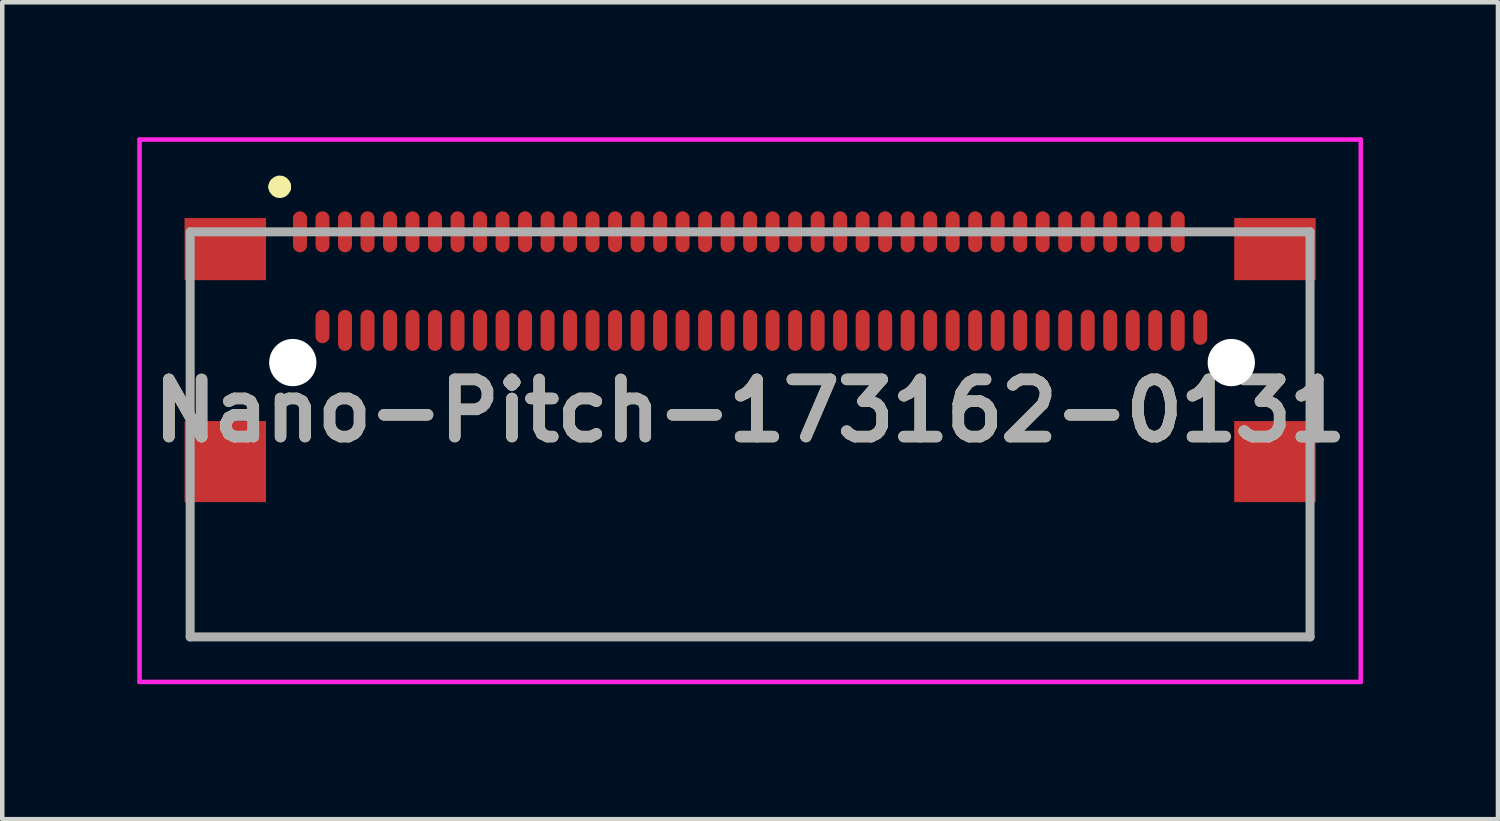
<source format=kicad_pcb>
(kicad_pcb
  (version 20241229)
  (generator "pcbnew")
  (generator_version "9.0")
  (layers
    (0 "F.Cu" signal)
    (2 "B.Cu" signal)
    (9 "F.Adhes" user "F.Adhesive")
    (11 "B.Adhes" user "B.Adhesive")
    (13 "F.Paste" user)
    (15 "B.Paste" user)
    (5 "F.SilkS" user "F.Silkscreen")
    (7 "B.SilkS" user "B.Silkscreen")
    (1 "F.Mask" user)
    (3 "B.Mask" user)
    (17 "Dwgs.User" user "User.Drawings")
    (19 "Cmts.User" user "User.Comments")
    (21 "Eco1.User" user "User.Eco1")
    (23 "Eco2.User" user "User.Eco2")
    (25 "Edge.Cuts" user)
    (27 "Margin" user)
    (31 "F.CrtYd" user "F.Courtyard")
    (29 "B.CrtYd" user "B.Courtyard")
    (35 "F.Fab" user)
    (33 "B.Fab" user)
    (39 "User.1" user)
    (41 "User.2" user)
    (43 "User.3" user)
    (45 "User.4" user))
  (footprint "Nano-Pitch-173162-0131"
    (layer "F.Cu")
    (at 13.615 3.195)
    (property "Reference" "Nano-Pitch-173162-0131" (at 0 2.88 0) (layer "F.SilkS") (effects (font (size 1.27 1.27) (thickness 0.254))))
    (attr smd)
    (fp_line (start -12.44 0.405) (end -12.44 2.905) (stroke (width 0.1) (type solid)) (layer "F.SilkS"))
    (fp_line (start -12.44 4.905) (end -12.44 7.905) (stroke (width 0.1) (type solid)) (layer "F.SilkS"))
    (fp_line (start -12.44 7.905) (end 12.44 7.905) (stroke (width 0.1) (type solid)) (layer "F.SilkS"))
    (fp_line (start -10.5 -2.095) (end -10.5 -2.095) (stroke (width 0.4) (type solid)) (layer "F.SilkS"))
    (fp_line (start -10.4 -2.095) (end -10.4 -2.095) (stroke (width 0.4) (type solid)) (layer "F.SilkS"))
    (fp_line (start 10 -1.095) (end 10.5 -1.095) (stroke (width 0.1) (type solid)) (layer "F.SilkS"))
    (fp_line (start 12.44 0.405) (end 12.44 2.905) (stroke (width 0.1) (type solid)) (layer "F.SilkS"))
    (fp_line (start 12.44 7.905) (end 12.44 4.905) (stroke (width 0.1) (type solid)) (layer "F.SilkS"))
    (fp_arc (start -10.5 -2.095) (mid -10.45 -2.145) (end -10.4 -2.095) (stroke (width 0.4) (type solid)) (layer "F.SilkS"))
    (fp_arc (start -10.4 -2.095) (mid -10.45 -2.045) (end -10.5 -2.095) (stroke (width 0.4) (type solid)) (layer "F.SilkS"))
    (fp_line (start -13.565 -3.145) (end 13.565 -3.145) (stroke (width 0.1) (type solid)) (layer "F.CrtYd"))
    (fp_line (start -13.565 8.905) (end -13.565 -3.145) (stroke (width 0.1) (type solid)) (layer "F.CrtYd"))
    (fp_line (start 13.565 -3.145) (end 13.565 8.905) (stroke (width 0.1) (type solid)) (layer "F.CrtYd"))
    (fp_line (start 13.565 8.905) (end -13.565 8.905) (stroke (width 0.1) (type solid)) (layer "F.CrtYd"))
    (fp_line (start -12.44 -1.095) (end 12.44 -1.095) (stroke (width 0.2) (type solid)) (layer "F.Fab"))
    (fp_line (start -12.44 7.905) (end -12.44 -1.095) (stroke (width 0.2) (type solid)) (layer "F.Fab"))
    (fp_line (start 12.44 -1.095) (end 12.44 7.905) (stroke (width 0.2) (type solid)) (layer "F.Fab"))
    (fp_line (start 12.44 7.905) (end -12.44 7.905) (stroke (width 0.2) (type solid)) (layer "F.Fab"))
    (fp_text user "${REFERENCE}" (at 0 2.88 0) (layer "F.Fab") (effects (font (size 1.27 1.27) (thickness 0.254))))
    (pad "" np_thru_hole circle (at -10.16 1.81) (size 1.05 1.05) (drill 1.05) (layers "*.Cu" "*.Mask"))
    (pad "" np_thru_hole circle (at 10.69 1.81) (size 1.05 1.05) (drill 1.05) (layers "*.Cu" "*.Mask"))
    (pad "A1" smd oval (at -9.5 1.01) (size 0.31 0.74) (layers "F.Cu" "F.Mask" "F.Paste"))
    (pad "A2" smd oval (at -9 1.095) (size 0.31 0.91) (layers "F.Cu" "F.Mask" "F.Paste"))
    (pad "A3" smd oval (at -8.5 1.095) (size 0.31 0.91) (layers "F.Cu" "F.Mask" "F.Paste"))
    (pad "A4" smd oval (at -8 1.095) (size 0.31 0.91) (layers "F.Cu" "F.Mask" "F.Paste"))
    (pad "A5" smd oval (at -7.5 1.095) (size 0.31 0.91) (layers "F.Cu" "F.Mask" "F.Paste"))
    (pad "A6" smd oval (at -7 1.095) (size 0.31 0.91) (layers "F.Cu" "F.Mask" "F.Paste"))
    (pad "A7" smd oval (at -6.5 1.095) (size 0.31 0.91) (layers "F.Cu" "F.Mask" "F.Paste"))
    (pad "A8" smd oval (at -6 1.095) (size 0.31 0.91) (layers "F.Cu" "F.Mask" "F.Paste"))
    (pad "A9" smd oval (at -5.5 1.095) (size 0.31 0.91) (layers "F.Cu" "F.Mask" "F.Paste"))
    (pad "A10" smd oval (at -5 1.095) (size 0.31 0.91) (layers "F.Cu" "F.Mask" "F.Paste"))
    (pad "A11" smd oval (at -4.5 1.095) (size 0.31 0.91) (layers "F.Cu" "F.Mask" "F.Paste"))
    (pad "A12" smd oval (at -4 1.095) (size 0.31 0.91) (layers "F.Cu" "F.Mask" "F.Paste"))
    (pad "A13" smd oval (at -3.5 1.095) (size 0.31 0.91) (layers "F.Cu" "F.Mask" "F.Paste"))
    (pad "A14" smd oval (at -3 1.095) (size 0.31 0.91) (layers "F.Cu" "F.Mask" "F.Paste"))
    (pad "A15" smd oval (at -2.5 1.095) (size 0.31 0.91) (layers "F.Cu" "F.Mask" "F.Paste"))
    (pad "A16" smd oval (at -2 1.095) (size 0.31 0.91) (layers "F.Cu" "F.Mask" "F.Paste"))
    (pad "A17" smd oval (at -1.5 1.095) (size 0.31 0.91) (layers "F.Cu" "F.Mask" "F.Paste"))
    (pad "A18" smd oval (at -1 1.095) (size 0.31 0.91) (layers "F.Cu" "F.Mask" "F.Paste"))
    (pad "A19" smd oval (at -0.5 1.095) (size 0.31 0.91) (layers "F.Cu" "F.Mask" "F.Paste"))
    (pad "A20" smd oval (at 0 1.095) (size 0.31 0.91) (layers "F.Cu" "F.Mask" "F.Paste"))
    (pad "A21" smd oval (at 0.5 1.095) (size 0.31 0.91) (layers "F.Cu" "F.Mask" "F.Paste"))
    (pad "A22" smd oval (at 1 1.095) (size 0.31 0.91) (layers "F.Cu" "F.Mask" "F.Paste"))
    (pad "A23" smd oval (at 1.5 1.095) (size 0.31 0.91) (layers "F.Cu" "F.Mask" "F.Paste"))
    (pad "A24" smd oval (at 2 1.095) (size 0.31 0.91) (layers "F.Cu" "F.Mask" "F.Paste"))
    (pad "A25" smd oval (at 2.5 1.095) (size 0.31 0.91) (layers "F.Cu" "F.Mask" "F.Paste"))
    (pad "A26" smd oval (at 3 1.095) (size 0.31 0.91) (layers "F.Cu" "F.Mask" "F.Paste"))
    (pad "A27" smd oval (at 3.5 1.095) (size 0.31 0.91) (layers "F.Cu" "F.Mask" "F.Paste"))
    (pad "A28" smd oval (at 4 1.095) (size 0.31 0.91) (layers "F.Cu" "F.Mask" "F.Paste"))
    (pad "A29" smd oval (at 4.5 1.095) (size 0.31 0.91) (layers "F.Cu" "F.Mask" "F.Paste"))
    (pad "A30" smd oval (at 5 1.095) (size 0.31 0.91) (layers "F.Cu" "F.Mask" "F.Paste"))
    (pad "A31" smd oval (at 5.5 1.095) (size 0.31 0.91) (layers "F.Cu" "F.Mask" "F.Paste"))
    (pad "A32" smd oval (at 6 1.095) (size 0.31 0.91) (layers "F.Cu" "F.Mask" "F.Paste"))
    (pad "A33" smd oval (at 6.5 1.095) (size 0.31 0.91) (layers "F.Cu" "F.Mask" "F.Paste"))
    (pad "A34" smd oval (at 7 1.095) (size 0.31 0.91) (layers "F.Cu" "F.Mask" "F.Paste"))
    (pad "A35" smd oval (at 7.5 1.095) (size 0.31 0.91) (layers "F.Cu" "F.Mask" "F.Paste"))
    (pad "A36" smd oval (at 8 1.095) (size 0.31 0.91) (layers "F.Cu" "F.Mask" "F.Paste"))
    (pad "A37" smd oval (at 8.5 1.095) (size 0.31 0.91) (layers "F.Cu" "F.Mask" "F.Paste"))
    (pad "A38" smd oval (at 9 1.095) (size 0.31 0.91) (layers "F.Cu" "F.Mask" "F.Paste"))
    (pad "A39" smd oval (at 9.5 1.095) (size 0.31 0.91) (layers "F.Cu" "F.Mask" "F.Paste"))
    (pad "A40" smd oval (at 10 1.028) (size 0.31 0.775) (layers "F.Cu" "F.Mask" "F.Paste"))
    (pad "B1" smd oval (at -10 -1.095) (size 0.31 0.91) (layers "F.Cu" "F.Mask" "F.Paste"))
    (pad "B2" smd oval (at -9.5 -1.095) (size 0.31 0.91) (layers "F.Cu" "F.Mask" "F.Paste"))
    (pad "B3" smd oval (at -9 -1.095) (size 0.31 0.91) (layers "F.Cu" "F.Mask" "F.Paste"))
    (pad "B4" smd oval (at -8.5 -1.095) (size 0.31 0.91) (layers "F.Cu" "F.Mask" "F.Paste"))
    (pad "B5" smd oval (at -8 -1.095) (size 0.31 0.91) (layers "F.Cu" "F.Mask" "F.Paste"))
    (pad "B6" smd oval (at -7.5 -1.095) (size 0.31 0.91) (layers "F.Cu" "F.Mask" "F.Paste"))
    (pad "B7" smd oval (at -7 -1.095) (size 0.31 0.91) (layers "F.Cu" "F.Mask" "F.Paste"))
    (pad "B8" smd oval (at -6.5 -1.095) (size 0.31 0.91) (layers "F.Cu" "F.Mask" "F.Paste"))
    (pad "B9" smd oval (at -6 -1.095) (size 0.31 0.91) (layers "F.Cu" "F.Mask" "F.Paste"))
    (pad "B10" smd oval (at -5.5 -1.095) (size 0.31 0.91) (layers "F.Cu" "F.Mask" "F.Paste"))
    (pad "B11" smd oval (at -5 -1.095) (size 0.31 0.91) (layers "F.Cu" "F.Mask" "F.Paste"))
    (pad "B12" smd oval (at -4.5 -1.095) (size 0.31 0.91) (layers "F.Cu" "F.Mask" "F.Paste"))
    (pad "B13" smd oval (at -4 -1.095) (size 0.31 0.91) (layers "F.Cu" "F.Mask" "F.Paste"))
    (pad "B14" smd oval (at -3.5 -1.095) (size 0.31 0.91) (layers "F.Cu" "F.Mask" "F.Paste"))
    (pad "B15" smd oval (at -3 -1.095) (size 0.31 0.91) (layers "F.Cu" "F.Mask" "F.Paste"))
    (pad "B16" smd oval (at -2.5 -1.095) (size 0.31 0.91) (layers "F.Cu" "F.Mask" "F.Paste"))
    (pad "B17" smd oval (at -2 -1.095) (size 0.31 0.91) (layers "F.Cu" "F.Mask" "F.Paste"))
    (pad "B18" smd oval (at -1.5 -1.095) (size 0.31 0.91) (layers "F.Cu" "F.Mask" "F.Paste"))
    (pad "B19" smd oval (at -1 -1.095) (size 0.31 0.91) (layers "F.Cu" "F.Mask" "F.Paste"))
    (pad "B20" smd oval (at -0.5 -1.095) (size 0.31 0.91) (layers "F.Cu" "F.Mask" "F.Paste"))
    (pad "B21" smd oval (at 0 -1.095) (size 0.31 0.91) (layers "F.Cu" "F.Mask" "F.Paste"))
    (pad "B22" smd oval (at 0.5 -1.095) (size 0.31 0.91) (layers "F.Cu" "F.Mask" "F.Paste"))
    (pad "B23" smd oval (at 1 -1.095) (size 0.31 0.91) (layers "F.Cu" "F.Mask" "F.Paste"))
    (pad "B24" smd oval (at 1.5 -1.095) (size 0.31 0.91) (layers "F.Cu" "F.Mask" "F.Paste"))
    (pad "B25" smd oval (at 2 -1.095) (size 0.31 0.91) (layers "F.Cu" "F.Mask" "F.Paste"))
    (pad "B26" smd oval (at 2.5 -1.095) (size 0.31 0.91) (layers "F.Cu" "F.Mask" "F.Paste"))
    (pad "B27" smd oval (at 3 -1.095) (size 0.31 0.91) (layers "F.Cu" "F.Mask" "F.Paste"))
    (pad "B28" smd oval (at 3.5 -1.095) (size 0.31 0.91) (layers "F.Cu" "F.Mask" "F.Paste"))
    (pad "B29" smd oval (at 4 -1.095) (size 0.31 0.91) (layers "F.Cu" "F.Mask" "F.Paste"))
    (pad "B30" smd oval (at 4.5 -1.095) (size 0.31 0.91) (layers "F.Cu" "F.Mask" "F.Paste"))
    (pad "B31" smd oval (at 5 -1.095) (size 0.31 0.91) (layers "F.Cu" "F.Mask" "F.Paste"))
    (pad "B32" smd oval (at 5.5 -1.095) (size 0.31 0.91) (layers "F.Cu" "F.Mask" "F.Paste"))
    (pad "B33" smd oval (at 6 -1.095) (size 0.31 0.91) (layers "F.Cu" "F.Mask" "F.Paste"))
    (pad "B34" smd oval (at 6.5 -1.095) (size 0.31 0.91) (layers "F.Cu" "F.Mask" "F.Paste"))
    (pad "B35" smd oval (at 7 -1.095) (size 0.31 0.91) (layers "F.Cu" "F.Mask" "F.Paste"))
    (pad "B36" smd oval (at 7.5 -1.095) (size 0.31 0.91) (layers "F.Cu" "F.Mask" "F.Paste"))
    (pad "B37" smd oval (at 8 -1.095) (size 0.31 0.91) (layers "F.Cu" "F.Mask" "F.Paste"))
    (pad "B38" smd oval (at 8.5 -1.095) (size 0.31 0.91) (layers "F.Cu" "F.Mask" "F.Paste"))
    (pad "B39" smd oval (at 9 -1.095) (size 0.31 0.91) (layers "F.Cu" "F.Mask" "F.Paste"))
    (pad "B40" smd oval (at 9.5 -1.095) (size 0.31 0.91) (layers "F.Cu" "F.Mask" "F.Paste"))
    (pad "MP" smd rect (at -11.66 -0.71 90) (size 1.38 1.81) (layers "F.Cu" "F.Mask" "F.Paste"))
    (pad "MP" smd rect (at -11.66 4.01 90) (size 1.8 1.81) (layers "F.Cu" "F.Mask" "F.Paste"))
    (pad "MP" smd rect (at 11.66 -0.71 90) (size 1.38 1.81) (layers "F.Cu" "F.Mask" "F.Paste"))
    (pad "MP" smd rect (at 11.66 4.01 90) (size 1.8 1.81) (layers "F.Cu" "F.Mask" "F.Paste")))
  (gr_rect
    (start -3 -3)
    (end 30.23 15.15)
    (stroke (width 0.1) (type default))
    (fill no)
    (layer "Edge.Cuts")))
</source>
